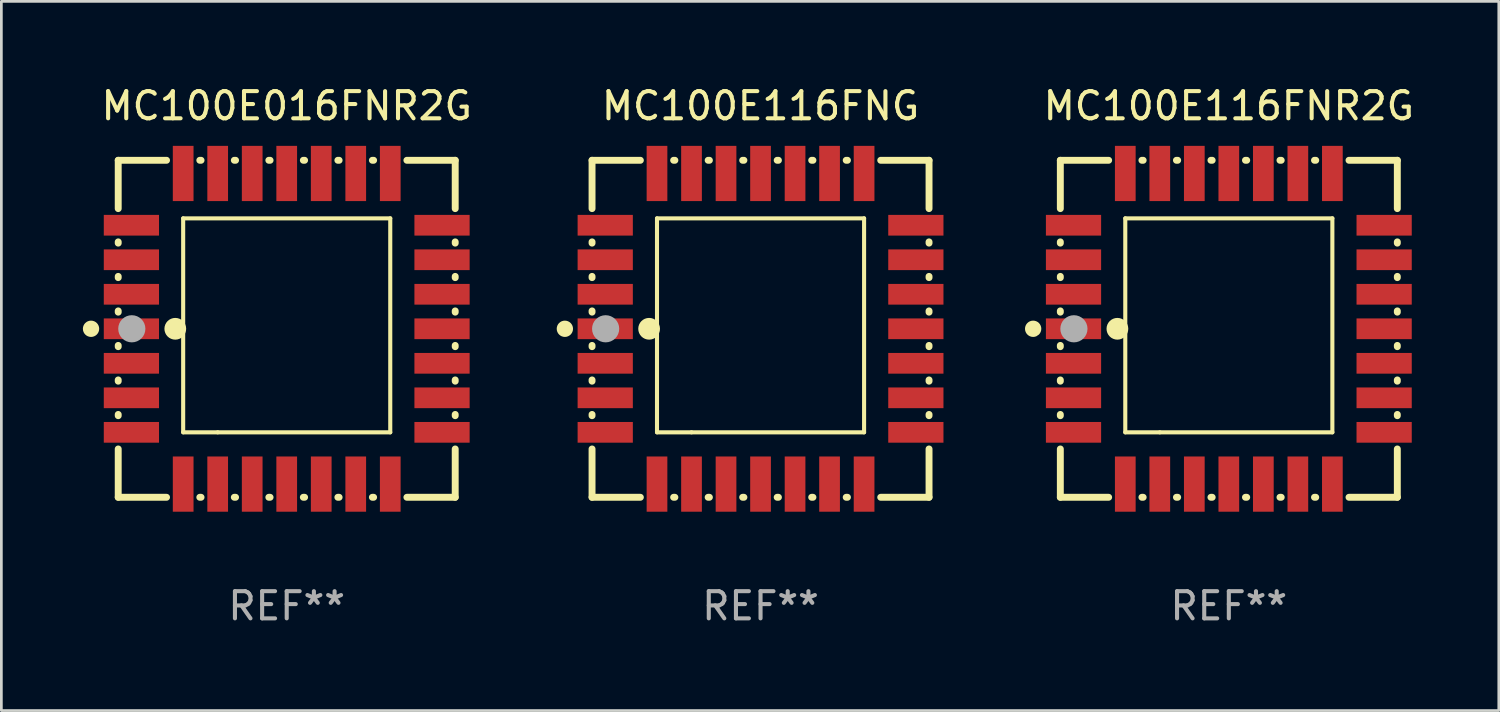
<source format=kicad_pcb>
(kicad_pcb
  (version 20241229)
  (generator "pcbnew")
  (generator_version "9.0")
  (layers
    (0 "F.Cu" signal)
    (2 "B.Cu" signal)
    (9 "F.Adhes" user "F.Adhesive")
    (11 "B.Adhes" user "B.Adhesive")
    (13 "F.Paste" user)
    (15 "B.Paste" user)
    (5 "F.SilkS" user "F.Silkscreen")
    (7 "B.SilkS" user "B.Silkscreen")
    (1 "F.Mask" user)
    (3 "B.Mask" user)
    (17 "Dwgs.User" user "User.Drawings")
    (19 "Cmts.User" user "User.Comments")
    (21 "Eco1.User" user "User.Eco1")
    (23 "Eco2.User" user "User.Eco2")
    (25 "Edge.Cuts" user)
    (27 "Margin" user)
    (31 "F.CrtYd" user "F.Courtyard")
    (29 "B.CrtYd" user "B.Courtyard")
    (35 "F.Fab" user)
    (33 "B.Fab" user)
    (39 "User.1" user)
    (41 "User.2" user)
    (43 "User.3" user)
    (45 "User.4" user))
  (footprint "MC100E116FNR2G"
    (layer "F.Cu")
    (at 42.166 9.048)
    (property "Reference" "MC100E116FNR2G" (at 0 -8.2 0) (layer "F.SilkS") (effects (font (size 1 1) (thickness 0.15))))
    (attr through_hole)
    (fp_line (start -6.2 -6.2) (end -4.422 -6.2) (stroke (width 0.254) (type solid)) (layer "F.SilkS"))
    (fp_line (start -6.2 -4.422) (end -6.2 -6.2) (stroke (width 0.254) (type solid)) (layer "F.SilkS"))
    (fp_line (start -6.2 -3.152) (end -6.2 -3.198) (stroke (width 0.254) (type solid)) (layer "F.SilkS"))
    (fp_line (start -6.2 -1.882) (end -6.2 -1.928) (stroke (width 0.254) (type solid)) (layer "F.SilkS"))
    (fp_line (start -6.2 -0.612) (end -6.2 -0.658) (stroke (width 0.254) (type solid)) (layer "F.SilkS"))
    (fp_line (start -6.2 0.658) (end -6.2 0.612) (stroke (width 0.254) (type solid)) (layer "F.SilkS"))
    (fp_line (start -6.2 1.928) (end -6.2 1.882) (stroke (width 0.254) (type solid)) (layer "F.SilkS"))
    (fp_line (start -6.2 3.198) (end -6.2 3.152) (stroke (width 0.254) (type solid)) (layer "F.SilkS"))
    (fp_line (start -6.2 6.2) (end -6.2 4.422) (stroke (width 0.254) (type solid)) (layer "F.SilkS"))
    (fp_line (start -4.422 6.2) (end -6.2 6.2) (stroke (width 0.254) (type solid)) (layer "F.SilkS"))
    (fp_line (start -3.81 -4.064) (end 3.81 -4.064) (stroke (width 0.15) (type solid)) (layer "F.SilkS"))
    (fp_line (start -3.81 3.81) (end -3.81 -4.064) (stroke (width 0.15) (type solid)) (layer "F.SilkS"))
    (fp_line (start -3.198 -6.2) (end -3.152 -6.2) (stroke (width 0.254) (type solid)) (layer "F.SilkS"))
    (fp_line (start -3.152 6.2) (end -3.198 6.2) (stroke (width 0.254) (type solid)) (layer "F.SilkS"))
    (fp_line (start -2.54 3.81) (end -3.81 3.81) (stroke (width 0.15) (type solid)) (layer "F.SilkS"))
    (fp_line (start -1.928 -6.2) (end -1.882 -6.2) (stroke (width 0.254) (type solid)) (layer "F.SilkS"))
    (fp_line (start -1.882 6.2) (end -1.928 6.2) (stroke (width 0.254) (type solid)) (layer "F.SilkS"))
    (fp_line (start -0.658 -6.2) (end -0.612 -6.2) (stroke (width 0.254) (type solid)) (layer "F.SilkS"))
    (fp_line (start -0.612 6.2) (end -0.658 6.2) (stroke (width 0.254) (type solid)) (layer "F.SilkS"))
    (fp_line (start 0.612 -6.2) (end 0.658 -6.2) (stroke (width 0.254) (type solid)) (layer "F.SilkS"))
    (fp_line (start 0.658 6.2) (end 0.612 6.2) (stroke (width 0.254) (type solid)) (layer "F.SilkS"))
    (fp_line (start 1.882 -6.2) (end 1.928 -6.2) (stroke (width 0.254) (type solid)) (layer "F.SilkS"))
    (fp_line (start 1.928 6.2) (end 1.882 6.2) (stroke (width 0.254) (type solid)) (layer "F.SilkS"))
    (fp_line (start 3.152 -6.2) (end 3.198 -6.2) (stroke (width 0.254) (type solid)) (layer "F.SilkS"))
    (fp_line (start 3.198 6.2) (end 3.152 6.2) (stroke (width 0.254) (type solid)) (layer "F.SilkS"))
    (fp_line (start 3.81 -4.064) (end 3.81 3.81) (stroke (width 0.15) (type solid)) (layer "F.SilkS"))
    (fp_line (start 3.81 3.81) (end -2.54 3.81) (stroke (width 0.15) (type solid)) (layer "F.SilkS"))
    (fp_line (start 4.422 -6.2) (end 6.2 -6.2) (stroke (width 0.254) (type solid)) (layer "F.SilkS"))
    (fp_line (start 6.2 -6.2) (end 6.2 -4.422) (stroke (width 0.254) (type solid)) (layer "F.SilkS"))
    (fp_line (start 6.2 -3.198) (end 6.2 -3.152) (stroke (width 0.254) (type solid)) (layer "F.SilkS"))
    (fp_line (start 6.2 -1.928) (end 6.2 -1.882) (stroke (width 0.254) (type solid)) (layer "F.SilkS"))
    (fp_line (start 6.2 -0.658) (end 6.2 -0.612) (stroke (width 0.254) (type solid)) (layer "F.SilkS"))
    (fp_line (start 6.2 0.612) (end 6.2 0.658) (stroke (width 0.254) (type solid)) (layer "F.SilkS"))
    (fp_line (start 6.2 1.882) (end 6.2 1.928) (stroke (width 0.254) (type solid)) (layer "F.SilkS"))
    (fp_line (start 6.2 3.152) (end 6.2 3.198) (stroke (width 0.254) (type solid)) (layer "F.SilkS"))
    (fp_line (start 6.2 4.422) (end 6.2 6.2) (stroke (width 0.254) (type solid)) (layer "F.SilkS"))
    (fp_line (start 6.2 6.2) (end 4.422 6.2) (stroke (width 0.254) (type solid)) (layer "F.SilkS"))
    (fp_circle (center -7.2 0) (end -7.05 0) (stroke (width 0.3) (type solid)) (fill no) (layer "F.SilkS"))
    (fp_circle (center -6.223 6.223) (end -6.193 6.223) (stroke (width 0.06) (type solid)) (fill no) (layer "F.SilkS"))
    (fp_circle (center -4.1 0) (end -3.9 0) (stroke (width 0.4) (type solid)) (fill no) (layer "F.SilkS"))
    (fp_circle (center -5.7 0) (end -5.45 0) (stroke (width 0.5) (type solid)) (fill no) (layer "F.Fab"))
    (fp_text user "REF**" (at 0 10.2 0) (layer "F.Fab") (effects (font (size 1 1) (thickness 0.15))))
    (pad "1" smd rect (at -5.715 0) (size 2.032 0.762) (layers "F.Cu" "F.Mask" "F.Paste"))
    (pad "2" smd rect (at -5.715 1.27) (size 2.032 0.762) (layers "F.Cu" "F.Mask" "F.Paste"))
    (pad "3" smd rect (at -5.715 2.54) (size 2.032 0.762) (layers "F.Cu" "F.Mask" "F.Paste"))
    (pad "4" smd rect (at -5.715 3.81) (size 2.032 0.762) (layers "F.Cu" "F.Mask" "F.Paste"))
    (pad "5" smd rect (at -3.81 5.715) (size 0.762 2.032) (layers "F.Cu" "F.Mask" "F.Paste"))
    (pad "6" smd rect (at -2.54 5.715) (size 0.762 2.032) (layers "F.Cu" "F.Mask" "F.Paste"))
    (pad "7" smd rect (at -1.27 5.715) (size 0.762 2.032) (layers "F.Cu" "F.Mask" "F.Paste"))
    (pad "8" smd rect (at 0 5.715) (size 0.762 2.032) (layers "F.Cu" "F.Mask" "F.Paste"))
    (pad "9" smd rect (at 1.27 5.715) (size 0.762 2.032) (layers "F.Cu" "F.Mask" "F.Paste"))
    (pad "10" smd rect (at 2.54 5.715) (size 0.762 2.032) (layers "F.Cu" "F.Mask" "F.Paste"))
    (pad "11" smd rect (at 3.81 5.715) (size 0.762 2.032) (layers "F.Cu" "F.Mask" "F.Paste"))
    (pad "12" smd rect (at 5.715 3.81) (size 2.032 0.762) (layers "F.Cu" "F.Mask" "F.Paste"))
    (pad "13" smd rect (at 5.715 2.54) (size 2.032 0.762) (layers "F.Cu" "F.Mask" "F.Paste"))
    (pad "14" smd rect (at 5.715 1.27) (size 2.032 0.762) (layers "F.Cu" "F.Mask" "F.Paste"))
    (pad "15" smd rect (at 5.715 0) (size 2.032 0.762) (layers "F.Cu" "F.Mask" "F.Paste"))
    (pad "16" smd rect (at 5.715 -1.27) (size 2.032 0.762) (layers "F.Cu" "F.Mask" "F.Paste"))
    (pad "17" smd rect (at 5.715 -2.54) (size 2.032 0.762) (layers "F.Cu" "F.Mask" "F.Paste"))
    (pad "18" smd rect (at 5.715 -3.81) (size 2.032 0.762) (layers "F.Cu" "F.Mask" "F.Paste"))
    (pad "19" smd rect (at 3.81 -5.715) (size 0.762 2.032) (layers "F.Cu" "F.Mask" "F.Paste"))
    (pad "20" smd rect (at 2.54 -5.715) (size 0.762 2.032) (layers "F.Cu" "F.Mask" "F.Paste"))
    (pad "21" smd rect (at 1.27 -5.715) (size 0.762 2.032) (layers "F.Cu" "F.Mask" "F.Paste"))
    (pad "22" smd rect (at 0 -5.715) (size 0.762 2.032) (layers "F.Cu" "F.Mask" "F.Paste"))
    (pad "23" smd rect (at -1.27 -5.715) (size 0.762 2.032) (layers "F.Cu" "F.Mask" "F.Paste"))
    (pad "24" smd rect (at -2.54 -5.715) (size 0.762 2.032) (layers "F.Cu" "F.Mask" "F.Paste"))
    (pad "25" smd rect (at -3.81 -5.715) (size 0.762 2.032) (layers "F.Cu" "F.Mask" "F.Paste"))
    (pad "26" smd rect (at -5.715 -3.81) (size 2.032 0.762) (layers "F.Cu" "F.Mask" "F.Paste"))
    (pad "27" smd rect (at -5.715 -2.54) (size 2.032 0.762) (layers "F.Cu" "F.Mask" "F.Paste"))
    (pad "28" smd rect (at -5.715 -1.27) (size 2.032 0.762) (layers "F.Cu" "F.Mask" "F.Paste")))
  (footprint "MC100E016FNR2G"
    (layer "F.Cu")
    (at 7.5 9.048)
    (property "Reference" "MC100E016FNR2G" (at 0 -8.2 0) (layer "F.SilkS") (effects (font (size 1 1) (thickness 0.15))))
    (attr through_hole)
    (fp_line (start -6.2 -6.2) (end -4.422 -6.2) (stroke (width 0.254) (type solid)) (layer "F.SilkS"))
    (fp_line (start -6.2 -4.422) (end -6.2 -6.2) (stroke (width 0.254) (type solid)) (layer "F.SilkS"))
    (fp_line (start -6.2 -3.152) (end -6.2 -3.198) (stroke (width 0.254) (type solid)) (layer "F.SilkS"))
    (fp_line (start -6.2 -1.882) (end -6.2 -1.928) (stroke (width 0.254) (type solid)) (layer "F.SilkS"))
    (fp_line (start -6.2 -0.612) (end -6.2 -0.658) (stroke (width 0.254) (type solid)) (layer "F.SilkS"))
    (fp_line (start -6.2 0.658) (end -6.2 0.612) (stroke (width 0.254) (type solid)) (layer "F.SilkS"))
    (fp_line (start -6.2 1.928) (end -6.2 1.882) (stroke (width 0.254) (type solid)) (layer "F.SilkS"))
    (fp_line (start -6.2 3.198) (end -6.2 3.152) (stroke (width 0.254) (type solid)) (layer "F.SilkS"))
    (fp_line (start -6.2 6.2) (end -6.2 4.422) (stroke (width 0.254) (type solid)) (layer "F.SilkS"))
    (fp_line (start -4.422 6.2) (end -6.2 6.2) (stroke (width 0.254) (type solid)) (layer "F.SilkS"))
    (fp_line (start -3.81 -4.064) (end 3.81 -4.064) (stroke (width 0.15) (type solid)) (layer "F.SilkS"))
    (fp_line (start -3.81 3.81) (end -3.81 -4.064) (stroke (width 0.15) (type solid)) (layer "F.SilkS"))
    (fp_line (start -3.198 -6.2) (end -3.152 -6.2) (stroke (width 0.254) (type solid)) (layer "F.SilkS"))
    (fp_line (start -3.152 6.2) (end -3.198 6.2) (stroke (width 0.254) (type solid)) (layer "F.SilkS"))
    (fp_line (start -2.54 3.81) (end -3.81 3.81) (stroke (width 0.15) (type solid)) (layer "F.SilkS"))
    (fp_line (start -1.928 -6.2) (end -1.882 -6.2) (stroke (width 0.254) (type solid)) (layer "F.SilkS"))
    (fp_line (start -1.882 6.2) (end -1.928 6.2) (stroke (width 0.254) (type solid)) (layer "F.SilkS"))
    (fp_line (start -0.658 -6.2) (end -0.612 -6.2) (stroke (width 0.254) (type solid)) (layer "F.SilkS"))
    (fp_line (start -0.612 6.2) (end -0.658 6.2) (stroke (width 0.254) (type solid)) (layer "F.SilkS"))
    (fp_line (start 0.612 -6.2) (end 0.658 -6.2) (stroke (width 0.254) (type solid)) (layer "F.SilkS"))
    (fp_line (start 0.658 6.2) (end 0.612 6.2) (stroke (width 0.254) (type solid)) (layer "F.SilkS"))
    (fp_line (start 1.882 -6.2) (end 1.928 -6.2) (stroke (width 0.254) (type solid)) (layer "F.SilkS"))
    (fp_line (start 1.928 6.2) (end 1.882 6.2) (stroke (width 0.254) (type solid)) (layer "F.SilkS"))
    (fp_line (start 3.152 -6.2) (end 3.198 -6.2) (stroke (width 0.254) (type solid)) (layer "F.SilkS"))
    (fp_line (start 3.198 6.2) (end 3.152 6.2) (stroke (width 0.254) (type solid)) (layer "F.SilkS"))
    (fp_line (start 3.81 -4.064) (end 3.81 3.81) (stroke (width 0.15) (type solid)) (layer "F.SilkS"))
    (fp_line (start 3.81 3.81) (end -2.54 3.81) (stroke (width 0.15) (type solid)) (layer "F.SilkS"))
    (fp_line (start 4.422 -6.2) (end 6.2 -6.2) (stroke (width 0.254) (type solid)) (layer "F.SilkS"))
    (fp_line (start 6.2 -6.2) (end 6.2 -4.422) (stroke (width 0.254) (type solid)) (layer "F.SilkS"))
    (fp_line (start 6.2 -3.198) (end 6.2 -3.152) (stroke (width 0.254) (type solid)) (layer "F.SilkS"))
    (fp_line (start 6.2 -1.928) (end 6.2 -1.882) (stroke (width 0.254) (type solid)) (layer "F.SilkS"))
    (fp_line (start 6.2 -0.658) (end 6.2 -0.612) (stroke (width 0.254) (type solid)) (layer "F.SilkS"))
    (fp_line (start 6.2 0.612) (end 6.2 0.658) (stroke (width 0.254) (type solid)) (layer "F.SilkS"))
    (fp_line (start 6.2 1.882) (end 6.2 1.928) (stroke (width 0.254) (type solid)) (layer "F.SilkS"))
    (fp_line (start 6.2 3.152) (end 6.2 3.198) (stroke (width 0.254) (type solid)) (layer "F.SilkS"))
    (fp_line (start 6.2 4.422) (end 6.2 6.2) (stroke (width 0.254) (type solid)) (layer "F.SilkS"))
    (fp_line (start 6.2 6.2) (end 4.422 6.2) (stroke (width 0.254) (type solid)) (layer "F.SilkS"))
    (fp_circle (center -7.2 0) (end -7.05 0) (stroke (width 0.3) (type solid)) (fill no) (layer "F.SilkS"))
    (fp_circle (center -6.223 6.223) (end -6.193 6.223) (stroke (width 0.06) (type solid)) (fill no) (layer "F.SilkS"))
    (fp_circle (center -4.1 0) (end -3.9 0) (stroke (width 0.4) (type solid)) (fill no) (layer "F.SilkS"))
    (fp_circle (center -5.7 0) (end -5.45 0) (stroke (width 0.5) (type solid)) (fill no) (layer "F.Fab"))
    (fp_text user "REF**" (at 0 10.2 0) (layer "F.Fab") (effects (font (size 1 1) (thickness 0.15))))
    (pad "1" smd rect (at -5.715 0) (size 2.032 0.762) (layers "F.Cu" "F.Mask" "F.Paste"))
    (pad "2" smd rect (at -5.715 1.27) (size 2.032 0.762) (layers "F.Cu" "F.Mask" "F.Paste"))
    (pad "3" smd rect (at -5.715 2.54) (size 2.032 0.762) (layers "F.Cu" "F.Mask" "F.Paste"))
    (pad "4" smd rect (at -5.715 3.81) (size 2.032 0.762) (layers "F.Cu" "F.Mask" "F.Paste"))
    (pad "5" smd rect (at -3.81 5.715) (size 0.762 2.032) (layers "F.Cu" "F.Mask" "F.Paste"))
    (pad "6" smd rect (at -2.54 5.715) (size 0.762 2.032) (layers "F.Cu" "F.Mask" "F.Paste"))
    (pad "7" smd rect (at -1.27 5.715) (size 0.762 2.032) (layers "F.Cu" "F.Mask" "F.Paste"))
    (pad "8" smd rect (at 0 5.715) (size 0.762 2.032) (layers "F.Cu" "F.Mask" "F.Paste"))
    (pad "9" smd rect (at 1.27 5.715) (size 0.762 2.032) (layers "F.Cu" "F.Mask" "F.Paste"))
    (pad "10" smd rect (at 2.54 5.715) (size 0.762 2.032) (layers "F.Cu" "F.Mask" "F.Paste"))
    (pad "11" smd rect (at 3.81 5.715) (size 0.762 2.032) (layers "F.Cu" "F.Mask" "F.Paste"))
    (pad "12" smd rect (at 5.715 3.81) (size 2.032 0.762) (layers "F.Cu" "F.Mask" "F.Paste"))
    (pad "13" smd rect (at 5.715 2.54) (size 2.032 0.762) (layers "F.Cu" "F.Mask" "F.Paste"))
    (pad "14" smd rect (at 5.715 1.27) (size 2.032 0.762) (layers "F.Cu" "F.Mask" "F.Paste"))
    (pad "15" smd rect (at 5.715 0) (size 2.032 0.762) (layers "F.Cu" "F.Mask" "F.Paste"))
    (pad "16" smd rect (at 5.715 -1.27) (size 2.032 0.762) (layers "F.Cu" "F.Mask" "F.Paste"))
    (pad "17" smd rect (at 5.715 -2.54) (size 2.032 0.762) (layers "F.Cu" "F.Mask" "F.Paste"))
    (pad "18" smd rect (at 5.715 -3.81) (size 2.032 0.762) (layers "F.Cu" "F.Mask" "F.Paste"))
    (pad "19" smd rect (at 3.81 -5.715) (size 0.762 2.032) (layers "F.Cu" "F.Mask" "F.Paste"))
    (pad "20" smd rect (at 2.54 -5.715) (size 0.762 2.032) (layers "F.Cu" "F.Mask" "F.Paste"))
    (pad "21" smd rect (at 1.27 -5.715) (size 0.762 2.032) (layers "F.Cu" "F.Mask" "F.Paste"))
    (pad "22" smd rect (at 0 -5.715) (size 0.762 2.032) (layers "F.Cu" "F.Mask" "F.Paste"))
    (pad "23" smd rect (at -1.27 -5.715) (size 0.762 2.032) (layers "F.Cu" "F.Mask" "F.Paste"))
    (pad "24" smd rect (at -2.54 -5.715) (size 0.762 2.032) (layers "F.Cu" "F.Mask" "F.Paste"))
    (pad "25" smd rect (at -3.81 -5.715) (size 0.762 2.032) (layers "F.Cu" "F.Mask" "F.Paste"))
    (pad "26" smd rect (at -5.715 -3.81) (size 2.032 0.762) (layers "F.Cu" "F.Mask" "F.Paste"))
    (pad "27" smd rect (at -5.715 -2.54) (size 2.032 0.762) (layers "F.Cu" "F.Mask" "F.Paste"))
    (pad "28" smd rect (at -5.715 -1.27) (size 2.032 0.762) (layers "F.Cu" "F.Mask" "F.Paste")))
  (footprint "MC100E116FNG"
    (layer "F.Cu")
    (at 24.935 9.048)
    (property "Reference" "MC100E116FNG" (at 0 -8.2 0) (layer "F.SilkS") (effects (font (size 1 1) (thickness 0.15))))
    (attr through_hole)
    (fp_line (start -6.2 -6.2) (end -4.422 -6.2) (stroke (width 0.254) (type solid)) (layer "F.SilkS"))
    (fp_line (start -6.2 -4.422) (end -6.2 -6.2) (stroke (width 0.254) (type solid)) (layer "F.SilkS"))
    (fp_line (start -6.2 -3.152) (end -6.2 -3.198) (stroke (width 0.254) (type solid)) (layer "F.SilkS"))
    (fp_line (start -6.2 -1.882) (end -6.2 -1.928) (stroke (width 0.254) (type solid)) (layer "F.SilkS"))
    (fp_line (start -6.2 -0.612) (end -6.2 -0.658) (stroke (width 0.254) (type solid)) (layer "F.SilkS"))
    (fp_line (start -6.2 0.658) (end -6.2 0.612) (stroke (width 0.254) (type solid)) (layer "F.SilkS"))
    (fp_line (start -6.2 1.928) (end -6.2 1.882) (stroke (width 0.254) (type solid)) (layer "F.SilkS"))
    (fp_line (start -6.2 3.198) (end -6.2 3.152) (stroke (width 0.254) (type solid)) (layer "F.SilkS"))
    (fp_line (start -6.2 6.2) (end -6.2 4.422) (stroke (width 0.254) (type solid)) (layer "F.SilkS"))
    (fp_line (start -4.422 6.2) (end -6.2 6.2) (stroke (width 0.254) (type solid)) (layer "F.SilkS"))
    (fp_line (start -3.81 -4.064) (end 3.81 -4.064) (stroke (width 0.15) (type solid)) (layer "F.SilkS"))
    (fp_line (start -3.81 3.81) (end -3.81 -4.064) (stroke (width 0.15) (type solid)) (layer "F.SilkS"))
    (fp_line (start -3.198 -6.2) (end -3.152 -6.2) (stroke (width 0.254) (type solid)) (layer "F.SilkS"))
    (fp_line (start -3.152 6.2) (end -3.198 6.2) (stroke (width 0.254) (type solid)) (layer "F.SilkS"))
    (fp_line (start -2.54 3.81) (end -3.81 3.81) (stroke (width 0.15) (type solid)) (layer "F.SilkS"))
    (fp_line (start -1.928 -6.2) (end -1.882 -6.2) (stroke (width 0.254) (type solid)) (layer "F.SilkS"))
    (fp_line (start -1.882 6.2) (end -1.928 6.2) (stroke (width 0.254) (type solid)) (layer "F.SilkS"))
    (fp_line (start -0.658 -6.2) (end -0.612 -6.2) (stroke (width 0.254) (type solid)) (layer "F.SilkS"))
    (fp_line (start -0.612 6.2) (end -0.658 6.2) (stroke (width 0.254) (type solid)) (layer "F.SilkS"))
    (fp_line (start 0.612 -6.2) (end 0.658 -6.2) (stroke (width 0.254) (type solid)) (layer "F.SilkS"))
    (fp_line (start 0.658 6.2) (end 0.612 6.2) (stroke (width 0.254) (type solid)) (layer "F.SilkS"))
    (fp_line (start 1.882 -6.2) (end 1.928 -6.2) (stroke (width 0.254) (type solid)) (layer "F.SilkS"))
    (fp_line (start 1.928 6.2) (end 1.882 6.2) (stroke (width 0.254) (type solid)) (layer "F.SilkS"))
    (fp_line (start 3.152 -6.2) (end 3.198 -6.2) (stroke (width 0.254) (type solid)) (layer "F.SilkS"))
    (fp_line (start 3.198 6.2) (end 3.152 6.2) (stroke (width 0.254) (type solid)) (layer "F.SilkS"))
    (fp_line (start 3.81 -4.064) (end 3.81 3.81) (stroke (width 0.15) (type solid)) (layer "F.SilkS"))
    (fp_line (start 3.81 3.81) (end -2.54 3.81) (stroke (width 0.15) (type solid)) (layer "F.SilkS"))
    (fp_line (start 4.422 -6.2) (end 6.2 -6.2) (stroke (width 0.254) (type solid)) (layer "F.SilkS"))
    (fp_line (start 6.2 -6.2) (end 6.2 -4.422) (stroke (width 0.254) (type solid)) (layer "F.SilkS"))
    (fp_line (start 6.2 -3.198) (end 6.2 -3.152) (stroke (width 0.254) (type solid)) (layer "F.SilkS"))
    (fp_line (start 6.2 -1.928) (end 6.2 -1.882) (stroke (width 0.254) (type solid)) (layer "F.SilkS"))
    (fp_line (start 6.2 -0.658) (end 6.2 -0.612) (stroke (width 0.254) (type solid)) (layer "F.SilkS"))
    (fp_line (start 6.2 0.612) (end 6.2 0.658) (stroke (width 0.254) (type solid)) (layer "F.SilkS"))
    (fp_line (start 6.2 1.882) (end 6.2 1.928) (stroke (width 0.254) (type solid)) (layer "F.SilkS"))
    (fp_line (start 6.2 3.152) (end 6.2 3.198) (stroke (width 0.254) (type solid)) (layer "F.SilkS"))
    (fp_line (start 6.2 4.422) (end 6.2 6.2) (stroke (width 0.254) (type solid)) (layer "F.SilkS"))
    (fp_line (start 6.2 6.2) (end 4.422 6.2) (stroke (width 0.254) (type solid)) (layer "F.SilkS"))
    (fp_circle (center -7.2 0) (end -7.05 0) (stroke (width 0.3) (type solid)) (fill no) (layer "F.SilkS"))
    (fp_circle (center -6.223 6.223) (end -6.193 6.223) (stroke (width 0.06) (type solid)) (fill no) (layer "F.SilkS"))
    (fp_circle (center -4.1 0) (end -3.9 0) (stroke (width 0.4) (type solid)) (fill no) (layer "F.SilkS"))
    (fp_circle (center -5.7 0) (end -5.45 0) (stroke (width 0.5) (type solid)) (fill no) (layer "F.Fab"))
    (fp_text user "REF**" (at 0 10.2 0) (layer "F.Fab") (effects (font (size 1 1) (thickness 0.15))))
    (pad "1" smd rect (at -5.715 0) (size 2.032 0.762) (layers "F.Cu" "F.Mask" "F.Paste"))
    (pad "2" smd rect (at -5.715 1.27) (size 2.032 0.762) (layers "F.Cu" "F.Mask" "F.Paste"))
    (pad "3" smd rect (at -5.715 2.54) (size 2.032 0.762) (layers "F.Cu" "F.Mask" "F.Paste"))
    (pad "4" smd rect (at -5.715 3.81) (size 2.032 0.762) (layers "F.Cu" "F.Mask" "F.Paste"))
    (pad "5" smd rect (at -3.81 5.715) (size 0.762 2.032) (layers "F.Cu" "F.Mask" "F.Paste"))
    (pad "6" smd rect (at -2.54 5.715) (size 0.762 2.032) (layers "F.Cu" "F.Mask" "F.Paste"))
    (pad "7" smd rect (at -1.27 5.715) (size 0.762 2.032) (layers "F.Cu" "F.Mask" "F.Paste"))
    (pad "8" smd rect (at 0 5.715) (size 0.762 2.032) (layers "F.Cu" "F.Mask" "F.Paste"))
    (pad "9" smd rect (at 1.27 5.715) (size 0.762 2.032) (layers "F.Cu" "F.Mask" "F.Paste"))
    (pad "10" smd rect (at 2.54 5.715) (size 0.762 2.032) (layers "F.Cu" "F.Mask" "F.Paste"))
    (pad "11" smd rect (at 3.81 5.715) (size 0.762 2.032) (layers "F.Cu" "F.Mask" "F.Paste"))
    (pad "12" smd rect (at 5.715 3.81) (size 2.032 0.762) (layers "F.Cu" "F.Mask" "F.Paste"))
    (pad "13" smd rect (at 5.715 2.54) (size 2.032 0.762) (layers "F.Cu" "F.Mask" "F.Paste"))
    (pad "14" smd rect (at 5.715 1.27) (size 2.032 0.762) (layers "F.Cu" "F.Mask" "F.Paste"))
    (pad "15" smd rect (at 5.715 0) (size 2.032 0.762) (layers "F.Cu" "F.Mask" "F.Paste"))
    (pad "16" smd rect (at 5.715 -1.27) (size 2.032 0.762) (layers "F.Cu" "F.Mask" "F.Paste"))
    (pad "17" smd rect (at 5.715 -2.54) (size 2.032 0.762) (layers "F.Cu" "F.Mask" "F.Paste"))
    (pad "18" smd rect (at 5.715 -3.81) (size 2.032 0.762) (layers "F.Cu" "F.Mask" "F.Paste"))
    (pad "19" smd rect (at 3.81 -5.715) (size 0.762 2.032) (layers "F.Cu" "F.Mask" "F.Paste"))
    (pad "20" smd rect (at 2.54 -5.715) (size 0.762 2.032) (layers "F.Cu" "F.Mask" "F.Paste"))
    (pad "21" smd rect (at 1.27 -5.715) (size 0.762 2.032) (layers "F.Cu" "F.Mask" "F.Paste"))
    (pad "22" smd rect (at 0 -5.715) (size 0.762 2.032) (layers "F.Cu" "F.Mask" "F.Paste"))
    (pad "23" smd rect (at -1.27 -5.715) (size 0.762 2.032) (layers "F.Cu" "F.Mask" "F.Paste"))
    (pad "24" smd rect (at -2.54 -5.715) (size 0.762 2.032) (layers "F.Cu" "F.Mask" "F.Paste"))
    (pad "25" smd rect (at -3.81 -5.715) (size 0.762 2.032) (layers "F.Cu" "F.Mask" "F.Paste"))
    (pad "26" smd rect (at -5.715 -3.81) (size 2.032 0.762) (layers "F.Cu" "F.Mask" "F.Paste"))
    (pad "27" smd rect (at -5.715 -2.54) (size 2.032 0.762) (layers "F.Cu" "F.Mask" "F.Paste"))
    (pad "28" smd rect (at -5.715 -1.27) (size 2.032 0.762) (layers "F.Cu" "F.Mask" "F.Paste")))
  (gr_rect
    (start -3 -3)
    (end 52.1 23.096)
    (stroke (width 0.1) (type default))
    (fill no)
    (layer "Edge.Cuts")))
</source>
